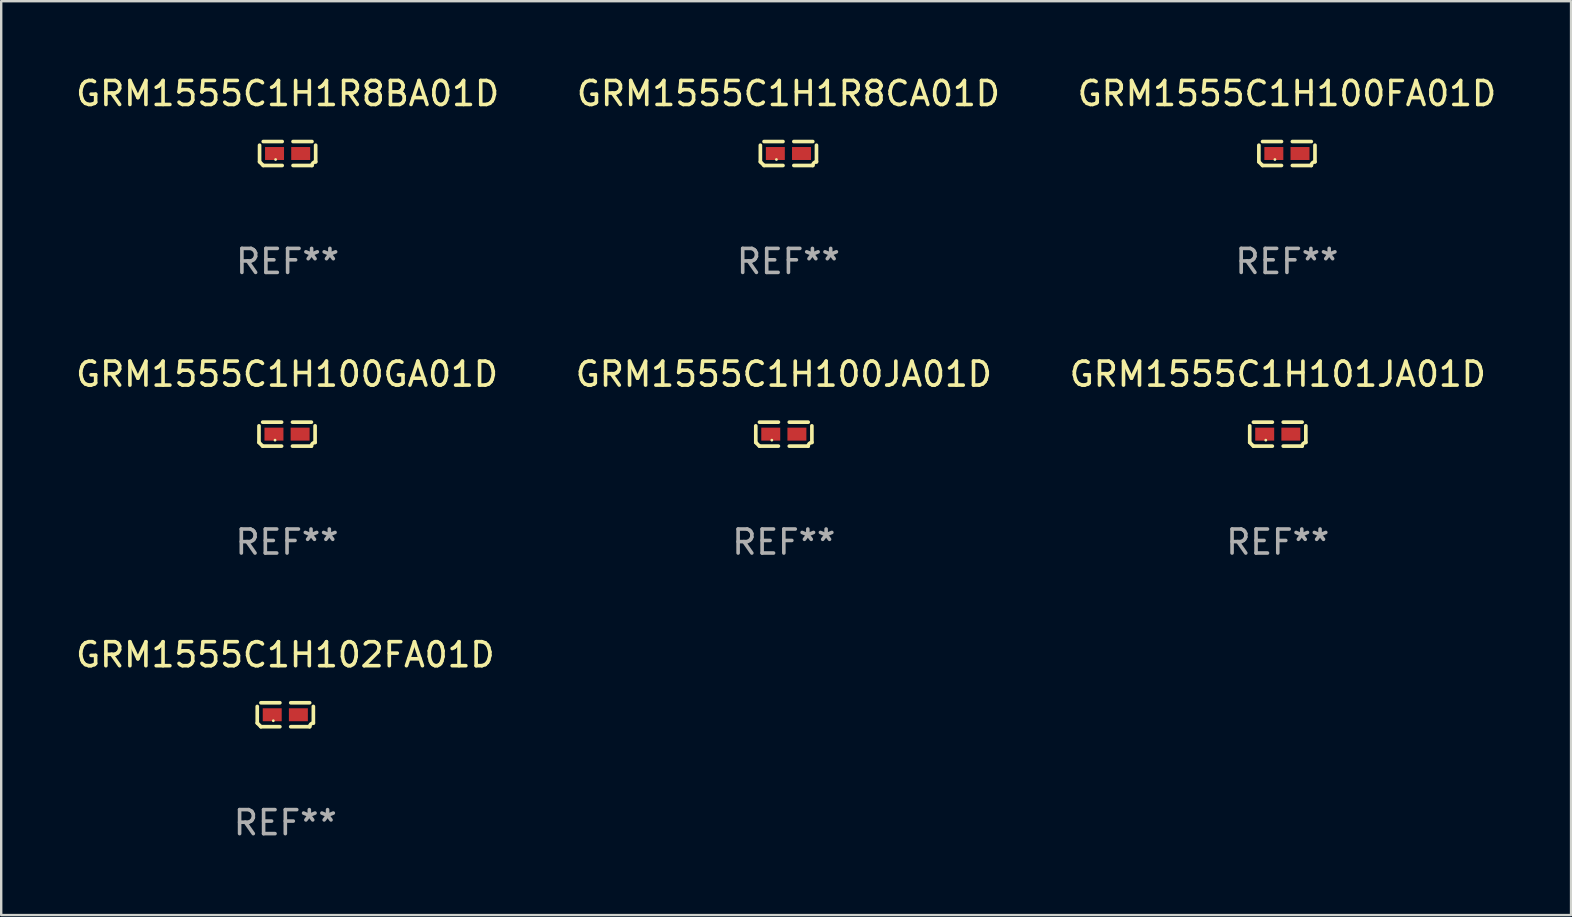
<source format=kicad_pcb>
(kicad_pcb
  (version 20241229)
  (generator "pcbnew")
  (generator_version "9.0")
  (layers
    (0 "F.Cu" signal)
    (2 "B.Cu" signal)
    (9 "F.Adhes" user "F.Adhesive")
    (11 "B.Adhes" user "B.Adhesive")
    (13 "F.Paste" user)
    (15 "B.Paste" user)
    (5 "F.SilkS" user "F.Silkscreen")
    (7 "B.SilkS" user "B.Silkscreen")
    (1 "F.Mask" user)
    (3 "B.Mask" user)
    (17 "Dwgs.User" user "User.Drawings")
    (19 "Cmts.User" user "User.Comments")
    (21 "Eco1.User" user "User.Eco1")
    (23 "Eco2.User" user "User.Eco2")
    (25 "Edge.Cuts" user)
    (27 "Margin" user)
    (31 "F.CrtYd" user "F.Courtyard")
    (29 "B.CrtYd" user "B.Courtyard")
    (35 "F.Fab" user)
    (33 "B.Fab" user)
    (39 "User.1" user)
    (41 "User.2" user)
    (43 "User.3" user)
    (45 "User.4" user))
  (footprint "GRM1555C1H1R8BA01D"
    (layer "F.Cu")
    (at 8.935 3.347)
    (property "Reference" "GRM1555C1H1R8BA01D" (at 0 -2.499 0) (layer "F.SilkS") (effects (font (size 1 1) (thickness 0.15))))
    (attr through_hole)
    (fp_line (start -1.169 0.346) (end -1.169 -0.346) (stroke (width 0.152) (type solid)) (layer "F.SilkS"))
    (fp_line (start -1.016 -0.499) (end -0.226 -0.499) (stroke (width 0.152) (type solid)) (layer "F.SilkS"))
    (fp_line (start -0.226 0.499) (end -1.016 0.499) (stroke (width 0.152) (type solid)) (layer "F.SilkS"))
    (fp_line (start 0.226 0.499) (end 1.016 0.499) (stroke (width 0.152) (type solid)) (layer "F.SilkS"))
    (fp_line (start 1.016 -0.499) (end 0.226 -0.499) (stroke (width 0.152) (type solid)) (layer "F.SilkS"))
    (fp_line (start 1.169 0.346) (end 1.169 -0.346) (stroke (width 0.152) (type solid)) (layer "F.SilkS"))
    (fp_arc (start -1.016307 0.498603) (mid -1.092512 0.422405) (end -1.16871 0.3462) (stroke (width 0.1524) (type solid)) (layer "F.SilkS"))
    (fp_arc (start 1.016307 0.498603) (mid 1.060899 0.390758) (end 1.168707 0.346076) (stroke (width 0.1524) (type solid)) (layer "F.SilkS"))
    (fp_circle (center -0.5 0.25) (end -0.47 0.25) (stroke (width 0.06) (type solid)) (fill no) (layer "F.SilkS"))
    (fp_text user "REF**" (at 0 4.499 0) (layer "F.Fab") (effects (font (size 1 1) (thickness 0.15))))
    (pad "1" smd rect (at -0.545 0) (size 0.79 0.54) (layers "F.Cu" "F.Mask" "F.Paste"))
    (pad "2" smd rect (at 0.545 0) (size 0.79 0.54) (layers "F.Cu" "F.Mask" "F.Paste")))
  (footprint "GRM1555C1H100GA01D"
    (layer "F.Cu")
    (at 8.911 15.041)
    (property "Reference" "GRM1555C1H100GA01D" (at 0 -2.499 0) (layer "F.SilkS") (effects (font (size 1 1) (thickness 0.15))))
    (attr through_hole)
    (fp_line (start -1.169 0.346) (end -1.169 -0.346) (stroke (width 0.152) (type solid)) (layer "F.SilkS"))
    (fp_line (start -1.016 -0.499) (end -0.226 -0.499) (stroke (width 0.152) (type solid)) (layer "F.SilkS"))
    (fp_line (start -0.226 0.499) (end -1.016 0.499) (stroke (width 0.152) (type solid)) (layer "F.SilkS"))
    (fp_line (start 0.226 0.499) (end 1.016 0.499) (stroke (width 0.152) (type solid)) (layer "F.SilkS"))
    (fp_line (start 1.016 -0.499) (end 0.226 -0.499) (stroke (width 0.152) (type solid)) (layer "F.SilkS"))
    (fp_line (start 1.169 0.346) (end 1.169 -0.346) (stroke (width 0.152) (type solid)) (layer "F.SilkS"))
    (fp_arc (start -1.016307 0.498603) (mid -1.092512 0.422405) (end -1.16871 0.3462) (stroke (width 0.1524) (type solid)) (layer "F.SilkS"))
    (fp_arc (start 1.016307 0.498603) (mid 1.060899 0.390758) (end 1.168707 0.346076) (stroke (width 0.1524) (type solid)) (layer "F.SilkS"))
    (fp_circle (center -0.5 0.25) (end -0.47 0.25) (stroke (width 0.06) (type solid)) (fill no) (layer "F.SilkS"))
    (fp_text user "REF**" (at 0 4.499 0) (layer "F.Fab") (effects (font (size 1 1) (thickness 0.15))))
    (pad "1" smd rect (at -0.545 0) (size 0.79 0.54) (layers "F.Cu" "F.Mask" "F.Paste"))
    (pad "2" smd rect (at 0.545 0) (size 0.79 0.54) (layers "F.Cu" "F.Mask" "F.Paste")))
  (footprint "GRM1555C1H1R8CA01D"
    (layer "F.Cu")
    (at 29.804 3.347)
    (property "Reference" "GRM1555C1H1R8CA01D" (at 0 -2.499 0) (layer "F.SilkS") (effects (font (size 1 1) (thickness 0.15))))
    (attr through_hole)
    (fp_line (start -1.169 0.346) (end -1.169 -0.346) (stroke (width 0.152) (type solid)) (layer "F.SilkS"))
    (fp_line (start -1.016 -0.499) (end -0.226 -0.499) (stroke (width 0.152) (type solid)) (layer "F.SilkS"))
    (fp_line (start -0.226 0.499) (end -1.016 0.499) (stroke (width 0.152) (type solid)) (layer "F.SilkS"))
    (fp_line (start 0.226 0.499) (end 1.016 0.499) (stroke (width 0.152) (type solid)) (layer "F.SilkS"))
    (fp_line (start 1.016 -0.499) (end 0.226 -0.499) (stroke (width 0.152) (type solid)) (layer "F.SilkS"))
    (fp_line (start 1.169 0.346) (end 1.169 -0.346) (stroke (width 0.152) (type solid)) (layer "F.SilkS"))
    (fp_arc (start -1.016307 0.498603) (mid -1.092512 0.422405) (end -1.16871 0.3462) (stroke (width 0.1524) (type solid)) (layer "F.SilkS"))
    (fp_arc (start 1.016307 0.498603) (mid 1.060899 0.390758) (end 1.168707 0.346076) (stroke (width 0.1524) (type solid)) (layer "F.SilkS"))
    (fp_circle (center -0.5 0.25) (end -0.47 0.25) (stroke (width 0.06) (type solid)) (fill no) (layer "F.SilkS"))
    (fp_text user "REF**" (at 0 4.499 0) (layer "F.Fab") (effects (font (size 1 1) (thickness 0.15))))
    (pad "1" smd rect (at -0.545 0) (size 0.79 0.54) (layers "F.Cu" "F.Mask" "F.Paste"))
    (pad "2" smd rect (at 0.545 0) (size 0.79 0.54) (layers "F.Cu" "F.Mask" "F.Paste")))
  (footprint "GRM1555C1H101JA01D"
    (layer "F.Cu")
    (at 50.196 15.041)
    (property "Reference" "GRM1555C1H101JA01D" (at 0 -2.499 0) (layer "F.SilkS") (effects (font (size 1 1) (thickness 0.15))))
    (attr through_hole)
    (fp_line (start -1.169 0.346) (end -1.169 -0.346) (stroke (width 0.152) (type solid)) (layer "F.SilkS"))
    (fp_line (start -1.016 -0.499) (end -0.226 -0.499) (stroke (width 0.152) (type solid)) (layer "F.SilkS"))
    (fp_line (start -0.226 0.499) (end -1.016 0.499) (stroke (width 0.152) (type solid)) (layer "F.SilkS"))
    (fp_line (start 0.226 0.499) (end 1.016 0.499) (stroke (width 0.152) (type solid)) (layer "F.SilkS"))
    (fp_line (start 1.016 -0.499) (end 0.226 -0.499) (stroke (width 0.152) (type solid)) (layer "F.SilkS"))
    (fp_line (start 1.169 0.346) (end 1.169 -0.346) (stroke (width 0.152) (type solid)) (layer "F.SilkS"))
    (fp_arc (start -1.016307 0.498603) (mid -1.092512 0.422405) (end -1.16871 0.3462) (stroke (width 0.1524) (type solid)) (layer "F.SilkS"))
    (fp_arc (start 1.016307 0.498603) (mid 1.060899 0.390758) (end 1.168707 0.346076) (stroke (width 0.1524) (type solid)) (layer "F.SilkS"))
    (fp_circle (center -0.5 0.25) (end -0.47 0.25) (stroke (width 0.06) (type solid)) (fill no) (layer "F.SilkS"))
    (fp_text user "REF**" (at 0 4.499 0) (layer "F.Fab") (effects (font (size 1 1) (thickness 0.15))))
    (pad "1" smd rect (at -0.545 0) (size 0.79 0.54) (layers "F.Cu" "F.Mask" "F.Paste"))
    (pad "2" smd rect (at 0.545 0) (size 0.79 0.54) (layers "F.Cu" "F.Mask" "F.Paste")))
  (footprint "GRM1555C1H100FA01D"
    (layer "F.Cu")
    (at 50.577 3.347)
    (property "Reference" "GRM1555C1H100FA01D" (at 0 -2.499 0) (layer "F.SilkS") (effects (font (size 1 1) (thickness 0.15))))
    (attr through_hole)
    (fp_line (start -1.169 0.346) (end -1.169 -0.346) (stroke (width 0.152) (type solid)) (layer "F.SilkS"))
    (fp_line (start -1.016 -0.499) (end -0.226 -0.499) (stroke (width 0.152) (type solid)) (layer "F.SilkS"))
    (fp_line (start -0.226 0.499) (end -1.016 0.499) (stroke (width 0.152) (type solid)) (layer "F.SilkS"))
    (fp_line (start 0.226 0.499) (end 1.016 0.499) (stroke (width 0.152) (type solid)) (layer "F.SilkS"))
    (fp_line (start 1.016 -0.499) (end 0.226 -0.499) (stroke (width 0.152) (type solid)) (layer "F.SilkS"))
    (fp_line (start 1.169 0.346) (end 1.169 -0.346) (stroke (width 0.152) (type solid)) (layer "F.SilkS"))
    (fp_arc (start -1.016307 0.498603) (mid -1.092512 0.422405) (end -1.16871 0.3462) (stroke (width 0.1524) (type solid)) (layer "F.SilkS"))
    (fp_arc (start 1.016307 0.498603) (mid 1.060899 0.390758) (end 1.168707 0.346076) (stroke (width 0.1524) (type solid)) (layer "F.SilkS"))
    (fp_circle (center -0.5 0.25) (end -0.47 0.25) (stroke (width 0.06) (type solid)) (fill no) (layer "F.SilkS"))
    (fp_text user "REF**" (at 0 4.499 0) (layer "F.Fab") (effects (font (size 1 1) (thickness 0.15))))
    (pad "1" smd rect (at -0.545 0) (size 0.79 0.54) (layers "F.Cu" "F.Mask" "F.Paste"))
    (pad "2" smd rect (at 0.545 0) (size 0.79 0.54) (layers "F.Cu" "F.Mask" "F.Paste")))
  (footprint "GRM1555C1H102FA01D"
    (layer "F.Cu")
    (at 8.839 26.734)
    (property "Reference" "GRM1555C1H102FA01D" (at 0 -2.499 0) (layer "F.SilkS") (effects (font (size 1 1) (thickness 0.15))))
    (attr through_hole)
    (fp_line (start -1.169 0.346) (end -1.169 -0.346) (stroke (width 0.152) (type solid)) (layer "F.SilkS"))
    (fp_line (start -1.016 -0.499) (end -0.226 -0.499) (stroke (width 0.152) (type solid)) (layer "F.SilkS"))
    (fp_line (start -0.226 0.499) (end -1.016 0.499) (stroke (width 0.152) (type solid)) (layer "F.SilkS"))
    (fp_line (start 0.226 0.499) (end 1.016 0.499) (stroke (width 0.152) (type solid)) (layer "F.SilkS"))
    (fp_line (start 1.016 -0.499) (end 0.226 -0.499) (stroke (width 0.152) (type solid)) (layer "F.SilkS"))
    (fp_line (start 1.169 0.346) (end 1.169 -0.346) (stroke (width 0.152) (type solid)) (layer "F.SilkS"))
    (fp_arc (start -1.016307 0.498603) (mid -1.092512 0.422405) (end -1.16871 0.3462) (stroke (width 0.1524) (type solid)) (layer "F.SilkS"))
    (fp_arc (start 1.016307 0.498603) (mid 1.060899 0.390758) (end 1.168707 0.346076) (stroke (width 0.1524) (type solid)) (layer "F.SilkS"))
    (fp_circle (center -0.5 0.25) (end -0.47 0.25) (stroke (width 0.06) (type solid)) (fill no) (layer "F.SilkS"))
    (fp_text user "REF**" (at 0 4.499 0) (layer "F.Fab") (effects (font (size 1 1) (thickness 0.15))))
    (pad "1" smd rect (at -0.545 0) (size 0.79 0.54) (layers "F.Cu" "F.Mask" "F.Paste"))
    (pad "2" smd rect (at 0.545 0) (size 0.79 0.54) (layers "F.Cu" "F.Mask" "F.Paste")))
  (footprint "GRM1555C1H100JA01D"
    (layer "F.Cu")
    (at 29.613 15.041)
    (property "Reference" "GRM1555C1H100JA01D" (at 0 -2.499 0) (layer "F.SilkS") (effects (font (size 1 1) (thickness 0.15))))
    (attr through_hole)
    (fp_line (start -1.169 0.346) (end -1.169 -0.346) (stroke (width 0.152) (type solid)) (layer "F.SilkS"))
    (fp_line (start -1.016 -0.499) (end -0.226 -0.499) (stroke (width 0.152) (type solid)) (layer "F.SilkS"))
    (fp_line (start -0.226 0.499) (end -1.016 0.499) (stroke (width 0.152) (type solid)) (layer "F.SilkS"))
    (fp_line (start 0.226 0.499) (end 1.016 0.499) (stroke (width 0.152) (type solid)) (layer "F.SilkS"))
    (fp_line (start 1.016 -0.499) (end 0.226 -0.499) (stroke (width 0.152) (type solid)) (layer "F.SilkS"))
    (fp_line (start 1.169 0.346) (end 1.169 -0.346) (stroke (width 0.152) (type solid)) (layer "F.SilkS"))
    (fp_arc (start -1.016307 0.498603) (mid -1.092512 0.422405) (end -1.16871 0.3462) (stroke (width 0.1524) (type solid)) (layer "F.SilkS"))
    (fp_arc (start 1.016307 0.498603) (mid 1.060899 0.390758) (end 1.168707 0.346076) (stroke (width 0.1524) (type solid)) (layer "F.SilkS"))
    (fp_circle (center -0.5 0.25) (end -0.47 0.25) (stroke (width 0.06) (type solid)) (fill no) (layer "F.SilkS"))
    (fp_text user "REF**" (at 0 4.499 0) (layer "F.Fab") (effects (font (size 1 1) (thickness 0.15))))
    (pad "1" smd rect (at -0.545 0) (size 0.79 0.54) (layers "F.Cu" "F.Mask" "F.Paste"))
    (pad "2" smd rect (at 0.545 0) (size 0.79 0.54) (layers "F.Cu" "F.Mask" "F.Paste")))
  (gr_rect
    (start -3 -3)
    (end 62.417 35.081)
    (stroke (width 0.1) (type default))
    (fill no)
    (layer "Edge.Cuts")))
</source>
